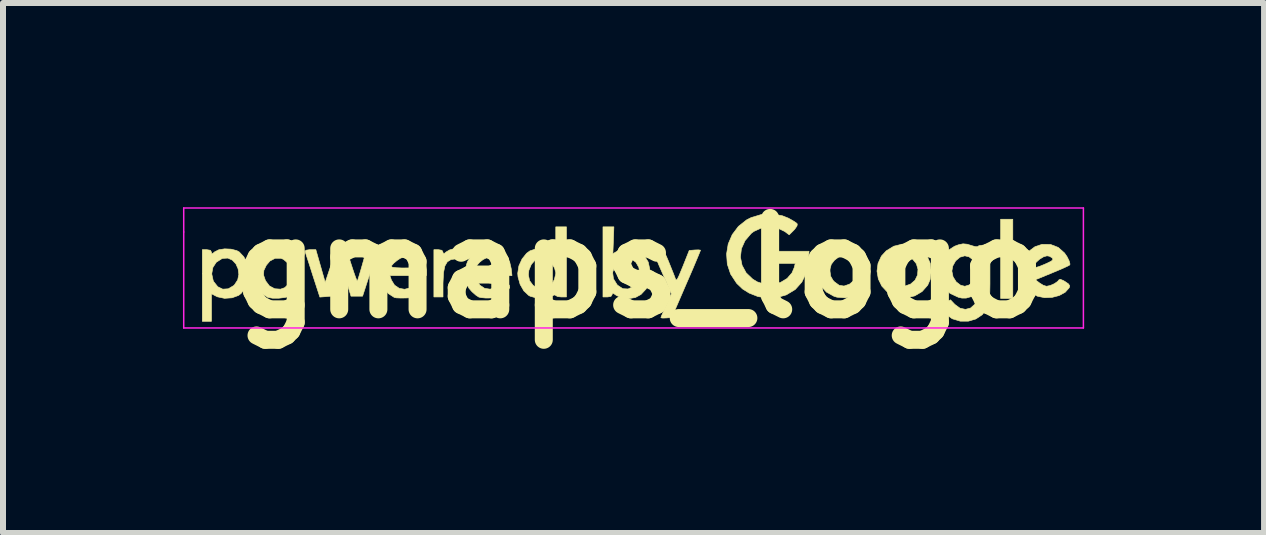
<source format=kicad_pcb>
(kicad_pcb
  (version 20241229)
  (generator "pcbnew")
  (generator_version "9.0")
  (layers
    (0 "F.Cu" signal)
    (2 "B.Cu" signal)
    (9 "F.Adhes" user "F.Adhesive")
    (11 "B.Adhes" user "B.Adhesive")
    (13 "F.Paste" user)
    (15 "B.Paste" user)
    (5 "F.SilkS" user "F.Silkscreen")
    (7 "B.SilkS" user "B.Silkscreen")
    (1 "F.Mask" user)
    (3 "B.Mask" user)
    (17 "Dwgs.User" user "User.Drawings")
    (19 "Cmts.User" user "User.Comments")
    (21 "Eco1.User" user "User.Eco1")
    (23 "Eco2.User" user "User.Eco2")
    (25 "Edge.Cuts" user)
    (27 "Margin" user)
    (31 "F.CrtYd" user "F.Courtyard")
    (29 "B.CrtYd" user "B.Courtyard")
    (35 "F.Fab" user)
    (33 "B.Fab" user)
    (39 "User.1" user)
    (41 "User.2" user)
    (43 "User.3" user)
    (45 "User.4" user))
  (footprint "gmaps_logo"
    (layer "F.Cu")
    (at 7.613 1.418)
    (property "Reference" "gmaps_logo" (at 0 0 0) (layer "F.SilkS") (effects (font (size 1.524 1.524) (thickness 0.3))))
    (attr through_hole)
    (fp_poly (pts (xy 6.223 0.508) (xy 6.02 0.508) (xy 6.02 -0.813) (xy 6.223 -0.813) (xy 6.223 0.508)) (stroke (width 0.01) (type solid)) (fill yes) (layer "F.SilkS"))
    (fp_poly (pts (xy -2.972 -0.314) (xy -2.958 -0.297) (xy -2.957 -0.235) (xy -2.992 -0.181) (xy -3.049 -0.153) (xy -3.06 -0.152) (xy -3.144 -0.141) (xy -3.205 -0.103) (xy -3.246 -0.033) (xy -3.268 0.075) (xy -3.276 0.225) (xy -3.277 0.253) (xy -3.277 0.483) (xy -3.429 0.483) (xy -3.429 -0.305) (xy -3.353 -0.305) (xy -3.295 -0.295) (xy -3.277 -0.263) (xy -3.277 -0.263) (xy -3.273 -0.236) (xy -3.252 -0.244) (xy -3.228 -0.265) (xy -3.169 -0.3) (xy -3.096 -0.321) (xy -3.024 -0.326) (xy -2.972 -0.314)) (stroke (width 0.01) (type solid)) (fill yes) (layer "F.SilkS"))
    (fp_poly (pts (xy 3.499 -0.389) (xy 3.628 -0.34) (xy 3.737 -0.252) (xy 3.776 -0.201) (xy 3.83 -0.079) (xy 3.847 0.059) (xy 3.828 0.195) (xy 3.788 0.287) (xy 3.694 0.393) (xy 3.572 0.465) (xy 3.434 0.498) (xy 3.292 0.487) (xy 3.242 0.472) (xy 3.116 0.402) (xy 3.023 0.302) (xy 2.965 0.183) (xy 2.943 0.054) (xy 2.943 0.051) (xy 3.175 0.051) (xy 3.186 0.137) (xy 3.226 0.206) (xy 3.249 0.231) (xy 3.329 0.289) (xy 3.409 0.301) (xy 3.502 0.269) (xy 3.577 0.204) (xy 3.619 0.117) (xy 3.626 0.021) (xy 3.599 -0.071) (xy 3.538 -0.146) (xy 3.493 -0.173) (xy 3.4 -0.201) (xy 3.322 -0.185) (xy 3.249 -0.129) (xy 3.196 -0.06) (xy 3.176 0.016) (xy 3.175 0.051) (xy 2.943 0.051) (xy 2.96 -0.076) (xy 3.016 -0.198) (xy 3.097 -0.286) (xy 3.223 -0.363) (xy 3.361 -0.397) (xy 3.499 -0.389)) (stroke (width 0.01) (type solid)) (fill yes) (layer "F.SilkS"))
    (fp_poly (pts (xy 4.515 -0.389) (xy 4.644 -0.34) (xy 4.753 -0.252) (xy 4.792 -0.201) (xy 4.846 -0.079) (xy 4.863 0.059) (xy 4.844 0.195) (xy 4.804 0.287) (xy 4.71 0.393) (xy 4.588 0.465) (xy 4.45 0.498) (xy 4.308 0.487) (xy 4.258 0.472) (xy 4.132 0.402) (xy 4.039 0.302) (xy 3.981 0.183) (xy 3.959 0.054) (xy 3.959 0.051) (xy 4.191 0.051) (xy 4.202 0.137) (xy 4.242 0.206) (xy 4.265 0.231) (xy 4.345 0.289) (xy 4.425 0.301) (xy 4.518 0.269) (xy 4.593 0.204) (xy 4.635 0.117) (xy 4.642 0.021) (xy 4.615 -0.071) (xy 4.554 -0.146) (xy 4.509 -0.173) (xy 4.416 -0.201) (xy 4.338 -0.185) (xy 4.265 -0.129) (xy 4.212 -0.06) (xy 4.192 0.016) (xy 4.191 0.051) (xy 3.959 0.051) (xy 3.976 -0.076) (xy 4.032 -0.198) (xy 4.113 -0.286) (xy 4.239 -0.363) (xy 4.377 -0.397) (xy 4.515 -0.389)) (stroke (width 0.01) (type solid)) (fill yes) (layer "F.SilkS"))
    (fp_poly (pts (xy 0.358 -0.302) (xy 0.389 -0.289) (xy 0.417 -0.256) (xy 0.448 -0.193) (xy 0.484 -0.108) (xy 0.525 -0.006) (xy 0.562 0.086) (xy 0.588 0.153) (xy 0.591 0.162) (xy 0.603 0.192) (xy 0.616 0.2) (xy 0.632 0.182) (xy 0.657 0.131) (xy 0.694 0.042) (xy 0.723 -0.028) (xy 0.828 -0.292) (xy 0.922 -0.3) (xy 0.983 -0.302) (xy 1.015 -0.297) (xy 1.016 -0.295) (xy 1.006 -0.269) (xy 0.979 -0.203) (xy 0.937 -0.103) (xy 0.884 0.023) (xy 0.821 0.169) (xy 0.776 0.272) (xy 0.537 0.826) (xy 0.446 0.833) (xy 0.387 0.835) (xy 0.357 0.83) (xy 0.356 0.828) (xy 0.365 0.801) (xy 0.392 0.739) (xy 0.429 0.654) (xy 0.443 0.623) (xy 0.531 0.43) (xy 0.38 0.084) (xy 0.327 -0.038) (xy 0.282 -0.145) (xy 0.248 -0.227) (xy 0.231 -0.275) (xy 0.229 -0.283) (xy 0.251 -0.298) (xy 0.306 -0.305) (xy 0.315 -0.305) (xy 0.358 -0.302)) (stroke (width 0.01) (type solid)) (fill yes) (layer "F.SilkS"))
    (fp_poly (pts (xy -5.87 -0.298) (xy -5.771 -0.24) (xy -5.691 -0.14) (xy -5.669 -0.1) (xy -5.627 0.026) (xy -5.625 0.157) (xy -5.658 0.282) (xy -5.724 0.388) (xy -5.819 0.463) (xy -5.827 0.467) (xy -5.909 0.491) (xy -6.014 0.504) (xy -6.118 0.504) (xy -6.198 0.49) (xy -6.264 0.449) (xy -6.333 0.381) (xy -6.388 0.305) (xy -6.391 0.3) (xy -6.41 0.236) (xy -6.423 0.146) (xy -6.425 0.118) (xy -6.269 0.118) (xy -6.238 0.208) (xy -6.234 0.215) (xy -6.171 0.299) (xy -6.083 0.346) (xy -5.986 0.353) (xy -5.917 0.329) (xy -5.859 0.275) (xy -5.814 0.191) (xy -5.792 0.098) (xy -5.791 0.079) (xy -5.812 -0.002) (xy -5.866 -0.083) (xy -5.937 -0.144) (xy -5.98 -0.162) (xy -6.075 -0.162) (xy -6.163 -0.116) (xy -6.223 -0.045) (xy -6.264 0.041) (xy -6.269 0.118) (xy -6.425 0.118) (xy -6.426 0.081) (xy -6.406 -0.069) (xy -6.347 -0.188) (xy -6.254 -0.271) (xy -6.13 -0.317) (xy -6 -0.323) (xy -5.87 -0.298)) (stroke (width 0.01) (type solid)) (fill yes) (layer "F.SilkS"))
    (fp_poly (pts (xy -6.811 -0.314) (xy -6.716 -0.29) (xy -6.674 -0.267) (xy -6.598 -0.186) (xy -6.539 -0.076) (xy -6.506 0.043) (xy -6.503 0.091) (xy -6.522 0.214) (xy -6.571 0.331) (xy -6.643 0.424) (xy -6.685 0.457) (xy -6.794 0.497) (xy -6.919 0.506) (xy -7.037 0.481) (xy -7.062 0.469) (xy -7.137 0.43) (xy -7.137 0.889) (xy -7.29 0.889) (xy -7.29 0.098) (xy -7.133 0.098) (xy -7.109 0.208) (xy -7.099 0.229) (xy -7.032 0.313) (xy -6.949 0.353) (xy -6.857 0.347) (xy -6.766 0.293) (xy -6.754 0.281) (xy -6.7 0.199) (xy -6.681 0.107) (xy -6.693 0.015) (xy -6.73 -0.068) (xy -6.789 -0.131) (xy -6.864 -0.165) (xy -6.951 -0.16) (xy -6.964 -0.155) (xy -7.057 -0.096) (xy -7.114 -0.008) (xy -7.133 0.098) (xy -7.29 0.098) (xy -7.29 -0.305) (xy -7.214 -0.305) (xy -7.155 -0.295) (xy -7.137 -0.263) (xy -7.137 -0.263) (xy -7.133 -0.237) (xy -7.111 -0.246) (xy -7.084 -0.269) (xy -7.014 -0.304) (xy -6.917 -0.319) (xy -6.811 -0.314)) (stroke (width 0.01) (type solid)) (fill yes) (layer "F.SilkS"))
    (fp_poly (pts (xy -0.436 -0.462) (xy -0.445 -0.238) (xy -0.361 -0.287) (xy -0.279 -0.321) (xy -0.185 -0.326) (xy -0.161 -0.323) (xy -0.027 -0.286) (xy 0.076 -0.211) (xy 0.144 -0.1) (xy 0.176 0.044) (xy 0.178 0.097) (xy 0.162 0.236) (xy 0.111 0.348) (xy 0.024 0.441) (xy -0.069 0.492) (xy -0.182 0.511) (xy -0.294 0.5) (xy -0.388 0.457) (xy -0.39 0.455) (xy -0.436 0.423) (xy -0.455 0.424) (xy -0.457 0.443) (xy -0.477 0.474) (xy -0.533 0.483) (xy -0.61 0.483) (xy -0.61 0.074) (xy -0.449 0.074) (xy -0.435 0.18) (xy -0.375 0.278) (xy -0.364 0.289) (xy -0.28 0.345) (xy -0.191 0.35) (xy -0.099 0.305) (xy -0.073 0.284) (xy -0.019 0.225) (xy 0.004 0.161) (xy 0.007 0.104) (xy -0.012 -0.01) (xy -0.061 -0.095) (xy -0.132 -0.148) (xy -0.215 -0.165) (xy -0.301 -0.143) (xy -0.38 -0.08) (xy -0.414 -0.031) (xy -0.449 0.074) (xy -0.61 0.074) (xy -0.61 -0.686) (xy -0.519 -0.686) (xy -0.428 -0.686) (xy -0.436 -0.462)) (stroke (width 0.01) (type solid)) (fill yes) (layer "F.SilkS"))
    (fp_poly (pts (xy -4.801 -0.04) (xy -4.766 0.066) (xy -4.736 0.151) (xy -4.715 0.204) (xy -4.706 0.219) (xy -4.696 0.192) (xy -4.675 0.127) (xy -4.648 0.035) (xy -4.626 -0.041) (xy -4.555 -0.292) (xy -4.462 -0.3) (xy -4.402 -0.303) (xy -4.37 -0.301) (xy -4.369 -0.3) (xy -4.377 -0.274) (xy -4.398 -0.209) (xy -4.429 -0.112) (xy -4.467 0.008) (xy -4.494 0.089) (xy -4.618 0.47) (xy -4.811 0.47) (xy -4.886 0.222) (xy -4.919 0.119) (xy -4.948 0.037) (xy -4.97 -0.014) (xy -4.978 -0.025) (xy -4.992 -0.003) (xy -5.017 0.059) (xy -5.047 0.148) (xy -5.07 0.222) (xy -5.145 0.47) (xy -5.238 0.478) (xy -5.33 0.485) (xy -5.448 0.122) (xy -5.489 -0.007) (xy -5.526 -0.121) (xy -5.555 -0.209) (xy -5.572 -0.263) (xy -5.576 -0.273) (xy -5.563 -0.296) (xy -5.505 -0.305) (xy -5.492 -0.305) (xy -5.397 -0.305) (xy -5.319 -0.032) (xy -5.241 0.241) (xy -5.152 -0.025) (xy -5.113 -0.142) (xy -5.084 -0.218) (xy -5.061 -0.264) (xy -5.036 -0.287) (xy -5.006 -0.296) (xy -4.975 -0.3) (xy -4.888 -0.307) (xy -4.801 -0.04)) (stroke (width 0.01) (type solid)) (fill yes) (layer "F.SilkS"))
    (fp_poly (pts (xy -1.219 0.483) (xy -1.308 0.483) (xy -1.367 0.476) (xy -1.396 0.46) (xy -1.397 0.457) (xy -1.416 0.449) (xy -1.465 0.466) (xy -1.472 0.469) (xy -1.584 0.503) (xy -1.709 0.503) (xy -1.825 0.47) (xy -1.849 0.457) (xy -1.929 0.382) (xy -1.991 0.274) (xy -2.026 0.15) (xy -2.029 0.115) (xy -1.854 0.115) (xy -1.833 0.212) (xy -1.776 0.289) (xy -1.696 0.339) (xy -1.605 0.353) (xy -1.523 0.329) (xy -1.465 0.275) (xy -1.42 0.191) (xy -1.398 0.098) (xy -1.397 0.079) (xy -1.417 0.002) (xy -1.468 -0.079) (xy -1.534 -0.143) (xy -1.578 -0.166) (xy -1.663 -0.169) (xy -1.742 -0.131) (xy -1.805 -0.059) (xy -1.845 0.037) (xy -1.854 0.115) (xy -2.029 0.115) (xy -2.031 0.087) (xy -2.012 -0.034) (xy -1.959 -0.15) (xy -1.883 -0.245) (xy -1.828 -0.285) (xy -1.733 -0.317) (xy -1.625 -0.324) (xy -1.523 -0.306) (xy -1.448 -0.266) (xy -1.424 -0.247) (xy -1.409 -0.245) (xy -1.401 -0.27) (xy -1.398 -0.328) (xy -1.397 -0.428) (xy -1.397 -0.453) (xy -1.397 -0.686) (xy -1.219 -0.686) (xy -1.219 0.483)) (stroke (width 0.01) (type solid)) (fill yes) (layer "F.SilkS"))
    (fp_poly (pts (xy -3.838 -0.312) (xy -3.721 -0.262) (xy -3.63 -0.18) (xy -3.572 -0.073) (xy -3.556 0.029) (xy -3.556 0.127) (xy -4.163 0.127) (xy -4.137 0.202) (xy -4.085 0.286) (xy -4.007 0.339) (xy -3.917 0.355) (xy -3.827 0.332) (xy -3.77 0.288) (xy -3.723 0.245) (xy -3.684 0.236) (xy -3.645 0.249) (xy -3.594 0.285) (xy -3.588 0.328) (xy -3.626 0.387) (xy -3.658 0.42) (xy -3.71 0.462) (xy -3.766 0.486) (xy -3.846 0.497) (xy -3.893 0.5) (xy -3.983 0.501) (xy -4.055 0.498) (xy -4.089 0.491) (xy -4.191 0.425) (xy -4.266 0.321) (xy -4.309 0.191) (xy -4.318 0.097) (xy -4.303 -0.023) (xy -4.14 -0.023) (xy -4.117 -0.012) (xy -4.055 -0.004) (xy -3.966 -0.000233) (xy -3.937 0) (xy -3.843 -0.001) (xy -3.772 -0.004) (xy -3.736 -0.009) (xy -3.734 -0.011) (xy -3.756 -0.068) (xy -3.811 -0.123) (xy -3.883 -0.164) (xy -3.946 -0.178) (xy -3.988 -0.162) (xy -4.044 -0.125) (xy -4.099 -0.079) (xy -4.135 -0.038) (xy -4.14 -0.023) (xy -4.303 -0.023) (xy -4.299 -0.057) (xy -4.242 -0.178) (xy -4.151 -0.265) (xy -4.027 -0.314) (xy -3.971 -0.322) (xy -3.838 -0.312)) (stroke (width 0.01) (type solid)) (fill yes) (layer "F.SilkS"))
    (fp_poly (pts (xy 2.38 -0.871) (xy 2.481 -0.831) (xy 2.556 -0.789) (xy 2.611 -0.753) (xy 2.63 -0.734) (xy 2.625 -0.701) (xy 2.59 -0.65) (xy 2.571 -0.629) (xy 2.495 -0.553) (xy 2.42 -0.609) (xy 2.302 -0.666) (xy 2.166 -0.685) (xy 2.029 -0.666) (xy 1.904 -0.609) (xy 1.862 -0.577) (xy 1.758 -0.455) (xy 1.698 -0.321) (xy 1.682 -0.181) (xy 1.709 -0.045) (xy 1.777 0.081) (xy 1.887 0.186) (xy 1.961 0.231) (xy 2.09 0.273) (xy 2.224 0.275) (xy 2.35 0.241) (xy 2.46 0.175) (xy 2.542 0.081) (xy 2.58 -0.01) (xy 2.596 -0.076) (xy 2.159 -0.076) (xy 2.159 -0.279) (xy 2.826 -0.279) (xy 2.814 -0.108) (xy 2.78 0.079) (xy 2.706 0.235) (xy 2.595 0.359) (xy 2.449 0.447) (xy 2.445 0.449) (xy 2.331 0.481) (xy 2.197 0.496) (xy 2.066 0.493) (xy 1.968 0.474) (xy 1.827 0.418) (xy 1.718 0.35) (xy 1.624 0.26) (xy 1.617 0.252) (xy 1.518 0.101) (xy 1.463 -0.064) (xy 1.451 -0.234) (xy 1.478 -0.4) (xy 1.545 -0.556) (xy 1.648 -0.693) (xy 1.785 -0.802) (xy 1.86 -0.84) (xy 2.029 -0.891) (xy 2.208 -0.901) (xy 2.38 -0.871)) (stroke (width 0.01) (type solid)) (fill yes) (layer "F.SilkS"))
    (fp_poly (pts (xy 6.853 -0.392) (xy 6.98 -0.343) (xy 7.085 -0.25) (xy 7.126 -0.191) (xy 7.162 -0.119) (xy 7.176 -0.067) (xy 7.173 -0.051) (xy 7.141 -0.033) (xy 7.073 -0.001) (xy 6.978 0.04) (xy 6.875 0.083) (xy 6.6 0.196) (xy 6.669 0.25) (xy 6.73 0.288) (xy 6.784 0.305) (xy 6.786 0.305) (xy 6.848 0.292) (xy 6.916 0.262) (xy 6.971 0.224) (xy 6.991 0.199) (xy 7.014 0.188) (xy 7.067 0.21) (xy 7.094 0.226) (xy 7.152 0.266) (xy 7.172 0.298) (xy 7.163 0.33) (xy 7.097 0.404) (xy 6.997 0.459) (xy 6.878 0.49) (xy 6.753 0.495) (xy 6.636 0.471) (xy 6.615 0.461) (xy 6.492 0.378) (xy 6.406 0.263) (xy 6.361 0.124) (xy 6.361 -0.034) (xy 6.361 -0.034) (xy 6.579 -0.034) (xy 6.586 -0.013) (xy 6.612 -0.01) (xy 6.665 -0.025) (xy 6.753 -0.061) (xy 6.798 -0.081) (xy 6.865 -0.114) (xy 6.891 -0.139) (xy 6.885 -0.164) (xy 6.882 -0.167) (xy 6.834 -0.196) (xy 6.793 -0.203) (xy 6.736 -0.187) (xy 6.67 -0.147) (xy 6.613 -0.096) (xy 6.581 -0.047) (xy 6.579 -0.034) (xy 6.361 -0.034) (xy 6.362 -0.041) (xy 6.404 -0.166) (xy 6.485 -0.275) (xy 6.593 -0.355) (xy 6.71 -0.394) (xy 6.853 -0.392)) (stroke (width 0.01) (type solid)) (fill yes) (layer "F.SilkS"))
    (fp_poly (pts (xy -2.368 -0.299) (xy -2.339 -0.286) (xy -2.232 -0.207) (xy -2.165 -0.098) (xy -2.14 0.01) (xy -2.127 0.127) (xy -2.741 0.127) (xy -2.715 0.202) (xy -2.662 0.287) (xy -2.584 0.339) (xy -2.493 0.353) (xy -2.404 0.328) (xy -2.356 0.292) (xy -2.305 0.25) (xy -2.261 0.242) (xy -2.225 0.253) (xy -2.173 0.285) (xy -2.165 0.327) (xy -2.202 0.385) (xy -2.236 0.42) (xy -2.288 0.462) (xy -2.345 0.486) (xy -2.424 0.498) (xy -2.471 0.5) (xy -2.563 0.501) (xy -2.641 0.494) (xy -2.68 0.485) (xy -2.729 0.453) (xy -2.79 0.399) (xy -2.806 0.382) (xy -2.847 0.334) (xy -2.871 0.284) (xy -2.884 0.216) (xy -2.891 0.119) (xy -2.894 0.017) (xy -2.89 -0.021) (xy -2.718 -0.021) (xy -2.694 -0.011) (xy -2.632 -0.004) (xy -2.543 -0.000207) (xy -2.515 0) (xy -2.42 -0.001) (xy -2.349 -0.004) (xy -2.313 -0.009) (xy -2.311 -0.011) (xy -2.334 -0.071) (xy -2.391 -0.125) (xy -2.465 -0.161) (xy -2.542 -0.169) (xy -2.555 -0.167) (xy -2.61 -0.14) (xy -2.667 -0.095) (xy -2.708 -0.048) (xy -2.718 -0.021) (xy -2.89 -0.021) (xy -2.887 -0.052) (xy -2.868 -0.107) (xy -2.84 -0.152) (xy -2.746 -0.251) (xy -2.628 -0.311) (xy -2.498 -0.328) (xy -2.368 -0.299)) (stroke (width 0.01) (type solid)) (fill yes) (layer "F.SilkS"))
    (fp_poly (pts (xy 5.464 -0.396) (xy 5.528 -0.376) (xy 5.593 -0.357) (xy 5.633 -0.354) (xy 5.639 -0.359) (xy 5.661 -0.373) (xy 5.718 -0.38) (xy 5.74 -0.381) (xy 5.842 -0.381) (xy 5.842 0.094) (xy 5.842 0.263) (xy 5.84 0.391) (xy 5.835 0.485) (xy 5.828 0.553) (xy 5.817 0.605) (xy 5.802 0.649) (xy 5.789 0.679) (xy 5.714 0.779) (xy 5.607 0.85) (xy 5.481 0.887) (xy 5.348 0.887) (xy 5.218 0.848) (xy 5.207 0.842) (xy 5.131 0.788) (xy 5.065 0.717) (xy 5.06 0.71) (xy 5.002 0.624) (xy 5.093 0.578) (xy 5.184 0.531) (xy 5.257 0.608) (xy 5.342 0.67) (xy 5.433 0.69) (xy 5.519 0.668) (xy 5.588 0.606) (xy 5.602 0.582) (xy 5.636 0.505) (xy 5.637 0.465) (xy 5.602 0.457) (xy 5.529 0.478) (xy 5.528 0.478) (xy 5.444 0.502) (xy 5.375 0.502) (xy 5.315 0.488) (xy 5.176 0.423) (xy 5.074 0.324) (xy 5.027 0.243) (xy 4.986 0.098) (xy 4.988 0.051) (xy 5.207 0.051) (xy 5.227 0.148) (xy 5.279 0.231) (xy 5.352 0.287) (xy 5.423 0.305) (xy 5.493 0.284) (xy 5.565 0.231) (xy 5.618 0.162) (xy 5.638 0.085) (xy 5.639 0.051) (xy 5.619 -0.046) (xy 5.567 -0.129) (xy 5.494 -0.186) (xy 5.423 -0.203) (xy 5.341 -0.18) (xy 5.27 -0.119) (xy 5.222 -0.033) (xy 5.207 0.051) (xy 4.988 0.051) (xy 4.991 -0.044) (xy 5.04 -0.173) (xy 5.128 -0.282) (xy 5.251 -0.362) (xy 5.315 -0.386) (xy 5.393 -0.403) (xy 5.464 -0.396)) (stroke (width 0.01) (type solid)) (fill yes) (layer "F.SilkS"))
    (fp_line (start -7.6 -1) (end -7.6 -0.6) (stroke (width 0.025) (type solid)) (layer "F.CrtYd"))
    (fp_line (start -7.6 -0.6) (end -7.6 1) (stroke (width 0.025) (type solid)) (layer "F.CrtYd"))
    (fp_line (start -7.6 1) (end 7.4 1) (stroke (width 0.025) (type solid)) (layer "F.CrtYd"))
    (fp_line (start 7.4 -1) (end -7.6 -1) (stroke (width 0.025) (type solid)) (layer "F.CrtYd"))
    (fp_line (start 7.4 1) (end 7.4 -1) (stroke (width 0.025) (type solid)) (layer "F.CrtYd")))
  (gr_rect
    (start -3 -3)
    (end 18.025 5.836)
    (stroke (width 0.1) (type default))
    (fill no)
    (layer "Edge.Cuts")))
</source>
